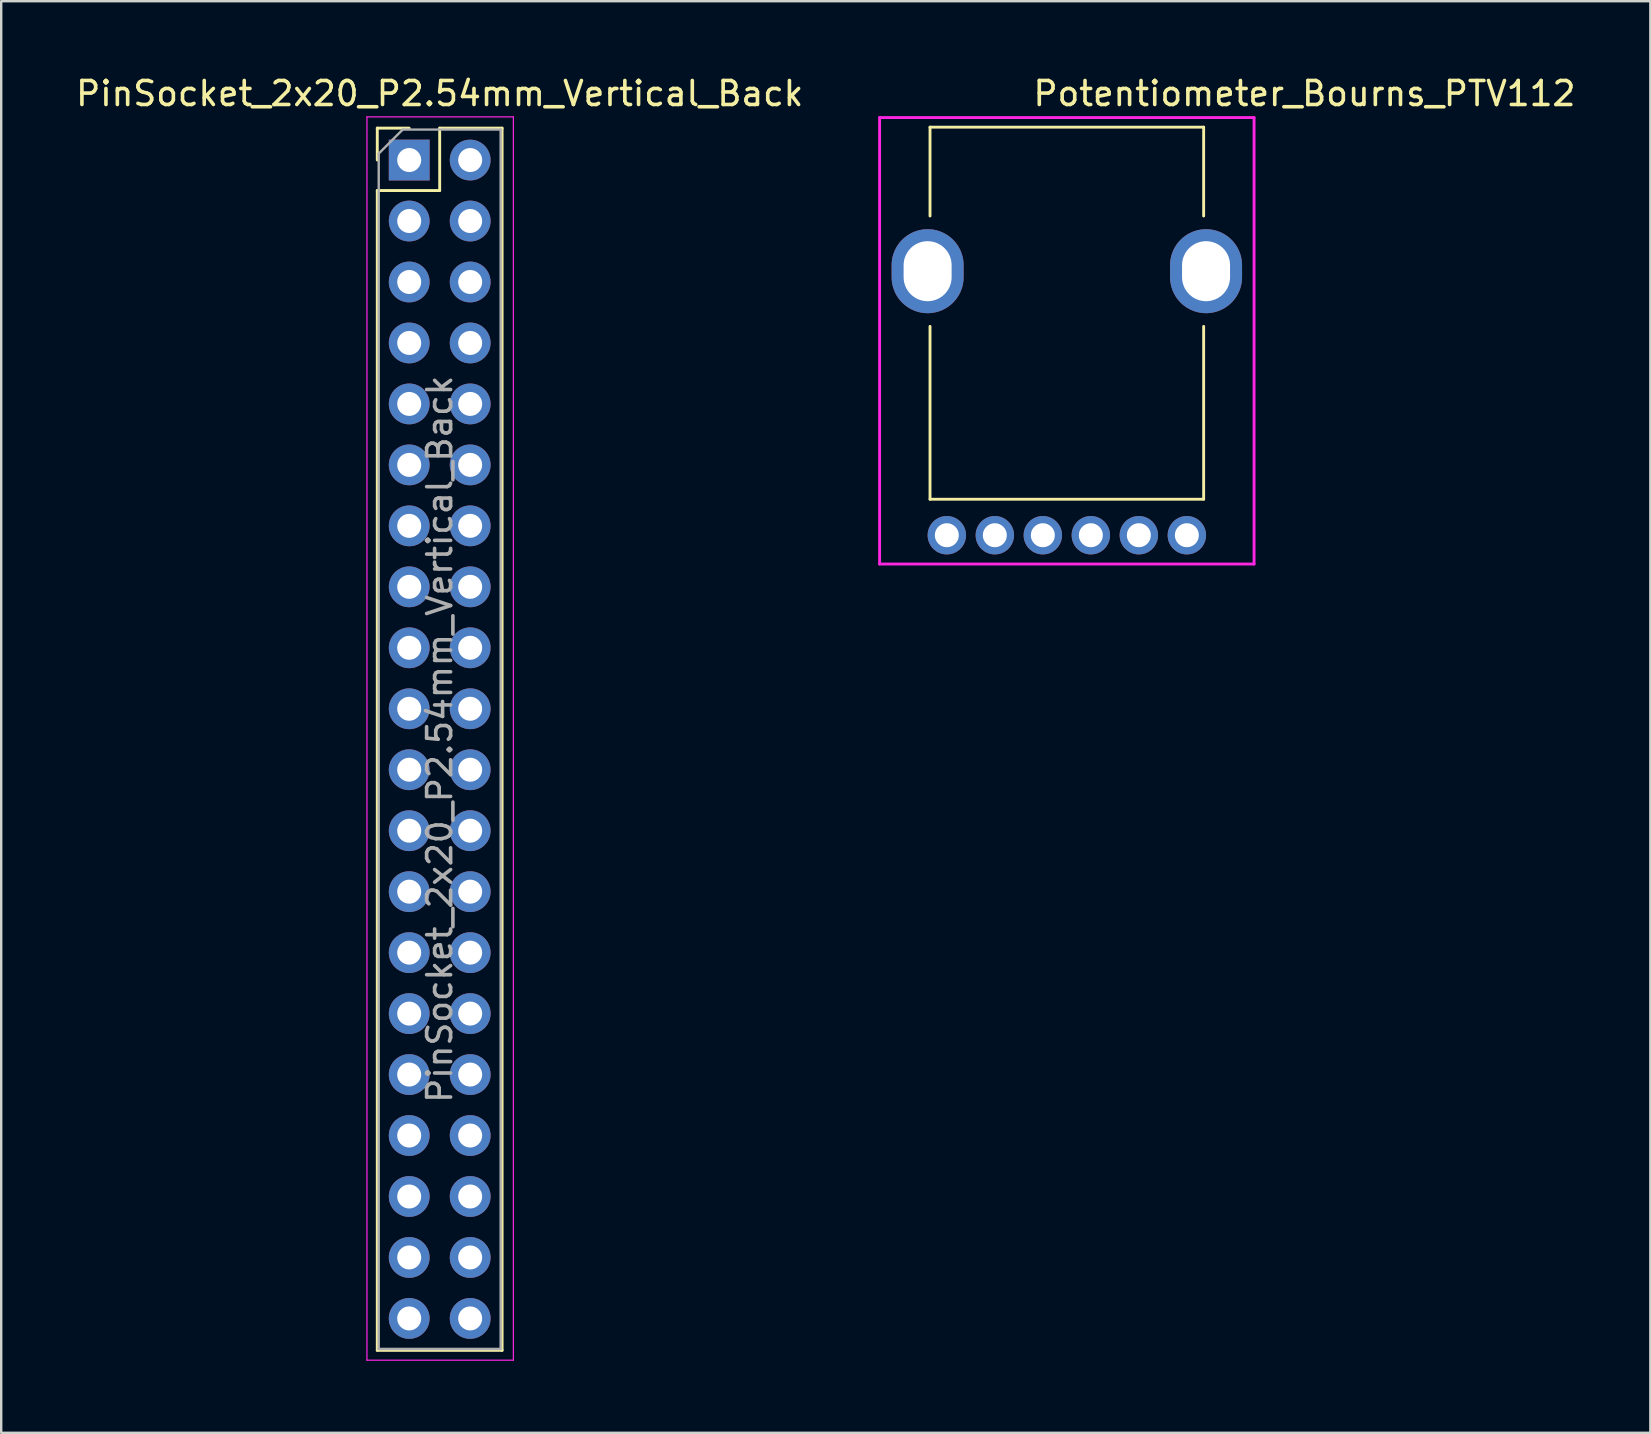
<source format=kicad_pcb>
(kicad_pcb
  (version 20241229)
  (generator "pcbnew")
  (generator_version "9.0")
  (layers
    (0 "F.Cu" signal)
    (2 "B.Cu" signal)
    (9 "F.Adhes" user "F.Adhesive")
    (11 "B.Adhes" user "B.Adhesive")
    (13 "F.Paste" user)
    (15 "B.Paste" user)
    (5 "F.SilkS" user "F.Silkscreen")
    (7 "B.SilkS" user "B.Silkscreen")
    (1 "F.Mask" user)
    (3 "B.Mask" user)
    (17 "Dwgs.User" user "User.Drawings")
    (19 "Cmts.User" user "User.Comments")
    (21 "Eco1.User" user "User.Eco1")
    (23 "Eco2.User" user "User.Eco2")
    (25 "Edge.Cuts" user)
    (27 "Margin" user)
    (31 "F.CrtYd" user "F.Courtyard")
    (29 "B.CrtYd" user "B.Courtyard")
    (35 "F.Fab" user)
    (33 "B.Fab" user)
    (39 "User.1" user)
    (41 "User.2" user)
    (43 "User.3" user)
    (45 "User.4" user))
  (footprint "PinSocket_2x20_P2.54mm_Vertical_Back"
    (layer "F.Cu")
    (at 14.998 3.618)
    (property "Reference" "PinSocket_2x20_P2.54mm_Vertical_Back" (at 0.27 -2.77 0) (layer "F.SilkS") (effects (font (size 1 1) (thickness 0.15))))
    (attr through_hole)
    (fp_line (start -2.33 -1.33) (end -2.33 0) (stroke (width 0.12) (type solid)) (layer "F.SilkS"))
    (fp_line (start -2.33 1.27) (end -2.33 49.59) (stroke (width 0.12) (type solid)) (layer "F.SilkS"))
    (fp_line (start -1 -1.33) (end -2.33 -1.33) (stroke (width 0.12) (type solid)) (layer "F.SilkS"))
    (fp_line (start 0.27 -1.33) (end 0.27 1.27) (stroke (width 0.12) (type solid)) (layer "F.SilkS"))
    (fp_line (start 0.27 1.27) (end -2.33 1.27) (stroke (width 0.12) (type solid)) (layer "F.SilkS"))
    (fp_line (start 2.87 -1.33) (end 0.27 -1.33) (stroke (width 0.12) (type solid)) (layer "F.SilkS"))
    (fp_line (start 2.87 -1.33) (end 2.87 49.59) (stroke (width 0.12) (type solid)) (layer "F.SilkS"))
    (fp_line (start 2.87 49.59) (end -2.33 49.59) (stroke (width 0.12) (type solid)) (layer "F.SilkS"))
    (fp_line (start -2.76 -1.8) (end -2.76 50) (stroke (width 0.05) (type solid)) (layer "F.CrtYd"))
    (fp_line (start -2.76 50) (end 3.34 50) (stroke (width 0.05) (type solid)) (layer "F.CrtYd"))
    (fp_line (start 3.34 -1.8) (end -2.76 -1.8) (stroke (width 0.05) (type solid)) (layer "F.CrtYd"))
    (fp_line (start 3.34 50) (end 3.34 -1.8) (stroke (width 0.05) (type solid)) (layer "F.CrtYd"))
    (fp_line (start -2.27 -0.27) (end -2.27 49.53) (stroke (width 0.1) (type solid)) (layer "F.Fab"))
    (fp_line (start -2.27 49.53) (end 2.81 49.53) (stroke (width 0.1) (type solid)) (layer "F.Fab"))
    (fp_line (start -1.27 -1.27) (end -2.27 -0.27) (stroke (width 0.1) (type solid)) (layer "F.Fab"))
    (fp_line (start 2.81 -1.27) (end -1.27 -1.27) (stroke (width 0.1) (type solid)) (layer "F.Fab"))
    (fp_line (start 2.81 49.53) (end 2.81 -1.27) (stroke (width 0.1) (type solid)) (layer "F.Fab"))
    (fp_text user "${REFERENCE}" (at 0.27 24.13 90) (layer "F.Fab") (effects (font (size 1 1) (thickness 0.15))))
    (pad "1" thru_hole rect (at -1 0) (size 1.7 1.7) (drill 1) (layers "*.Cu" "*.Mask"))
    (pad "2" thru_hole oval (at 1.54 0) (size 1.7 1.7) (drill 1) (layers "*.Cu" "*.Mask"))
    (pad "3" thru_hole oval (at -1 2.54) (size 1.7 1.7) (drill 1) (layers "*.Cu" "*.Mask"))
    (pad "4" thru_hole oval (at 1.54 2.54) (size 1.7 1.7) (drill 1) (layers "*.Cu" "*.Mask"))
    (pad "5" thru_hole oval (at -1 5.08) (size 1.7 1.7) (drill 1) (layers "*.Cu" "*.Mask"))
    (pad "6" thru_hole oval (at 1.54 5.08) (size 1.7 1.7) (drill 1) (layers "*.Cu" "*.Mask"))
    (pad "7" thru_hole oval (at -1 7.62) (size 1.7 1.7) (drill 1) (layers "*.Cu" "*.Mask"))
    (pad "8" thru_hole oval (at 1.54 7.62) (size 1.7 1.7) (drill 1) (layers "*.Cu" "*.Mask"))
    (pad "9" thru_hole oval (at -1 10.16) (size 1.7 1.7) (drill 1) (layers "*.Cu" "*.Mask"))
    (pad "10" thru_hole oval (at 1.54 10.16) (size 1.7 1.7) (drill 1) (layers "*.Cu" "*.Mask"))
    (pad "11" thru_hole oval (at -1 12.7) (size 1.7 1.7) (drill 1) (layers "*.Cu" "*.Mask"))
    (pad "12" thru_hole oval (at 1.54 12.7) (size 1.7 1.7) (drill 1) (layers "*.Cu" "*.Mask"))
    (pad "13" thru_hole oval (at -1 15.24) (size 1.7 1.7) (drill 1) (layers "*.Cu" "*.Mask"))
    (pad "14" thru_hole oval (at 1.54 15.24) (size 1.7 1.7) (drill 1) (layers "*.Cu" "*.Mask"))
    (pad "15" thru_hole oval (at -1 17.78) (size 1.7 1.7) (drill 1) (layers "*.Cu" "*.Mask"))
    (pad "16" thru_hole oval (at 1.54 17.78) (size 1.7 1.7) (drill 1) (layers "*.Cu" "*.Mask"))
    (pad "17" thru_hole oval (at -1 20.32) (size 1.7 1.7) (drill 1) (layers "*.Cu" "*.Mask"))
    (pad "18" thru_hole oval (at 1.54 20.32) (size 1.7 1.7) (drill 1) (layers "*.Cu" "*.Mask"))
    (pad "19" thru_hole oval (at -1 22.86) (size 1.7 1.7) (drill 1) (layers "*.Cu" "*.Mask"))
    (pad "20" thru_hole oval (at 1.54 22.86) (size 1.7 1.7) (drill 1) (layers "*.Cu" "*.Mask"))
    (pad "21" thru_hole oval (at -1 25.4) (size 1.7 1.7) (drill 1) (layers "*.Cu" "*.Mask"))
    (pad "22" thru_hole oval (at 1.54 25.4) (size 1.7 1.7) (drill 1) (layers "*.Cu" "*.Mask"))
    (pad "23" thru_hole oval (at -1 27.94) (size 1.7 1.7) (drill 1) (layers "*.Cu" "*.Mask"))
    (pad "24" thru_hole oval (at 1.54 27.94) (size 1.7 1.7) (drill 1) (layers "*.Cu" "*.Mask"))
    (pad "25" thru_hole oval (at -1 30.48) (size 1.7 1.7) (drill 1) (layers "*.Cu" "*.Mask"))
    (pad "26" thru_hole oval (at 1.54 30.48) (size 1.7 1.7) (drill 1) (layers "*.Cu" "*.Mask"))
    (pad "27" thru_hole oval (at -1 33.02) (size 1.7 1.7) (drill 1) (layers "*.Cu" "*.Mask"))
    (pad "28" thru_hole oval (at 1.54 33.02) (size 1.7 1.7) (drill 1) (layers "*.Cu" "*.Mask"))
    (pad "29" thru_hole oval (at -1 35.56) (size 1.7 1.7) (drill 1) (layers "*.Cu" "*.Mask"))
    (pad "30" thru_hole oval (at 1.54 35.56) (size 1.7 1.7) (drill 1) (layers "*.Cu" "*.Mask"))
    (pad "31" thru_hole oval (at -1 38.1) (size 1.7 1.7) (drill 1) (layers "*.Cu" "*.Mask"))
    (pad "32" thru_hole oval (at 1.54 38.1) (size 1.7 1.7) (drill 1) (layers "*.Cu" "*.Mask"))
    (pad "33" thru_hole oval (at -1 40.64) (size 1.7 1.7) (drill 1) (layers "*.Cu" "*.Mask"))
    (pad "34" thru_hole oval (at 1.54 40.64) (size 1.7 1.7) (drill 1) (layers "*.Cu" "*.Mask"))
    (pad "35" thru_hole oval (at -1 43.18) (size 1.7 1.7) (drill 1) (layers "*.Cu" "*.Mask"))
    (pad "36" thru_hole oval (at 1.54 43.18) (size 1.7 1.7) (drill 1) (layers "*.Cu" "*.Mask"))
    (pad "37" thru_hole oval (at -1 45.72) (size 1.7 1.7) (drill 1) (layers "*.Cu" "*.Mask"))
    (pad "38" thru_hole oval (at 1.54 45.72) (size 1.7 1.7) (drill 1) (layers "*.Cu" "*.Mask"))
    (pad "39" thru_hole oval (at -1 48.26) (size 1.7 1.7) (drill 1) (layers "*.Cu" "*.Mask"))
    (pad "40" thru_hole oval (at 1.54 48.26) (size 1.7 1.7) (drill 1) (layers "*.Cu" "*.Mask")))
  (footprint "Potentiometer_Bourns_PTV112"
    (layer "F.Cu")
    (at 36.396 19.248)
    (property "Reference" "Potentiometer_Bourns_PTV112" (at 14.9 -18.4 0) (layer "F.SilkS") (effects (font (size 1 1) (thickness 0.15))))
    (attr through_hole)
    (fp_line (start -0.7 -13.3) (end -0.7 -17) (stroke (width 0.12) (type solid)) (layer "F.SilkS"))
    (fp_line (start -0.7 -1.5) (end -0.7 -8.7) (stroke (width 0.12) (type solid)) (layer "F.SilkS"))
    (fp_line (start -0.7 -1.5) (end 10.7 -1.5) (stroke (width 0.12) (type solid)) (layer "F.SilkS"))
    (fp_line (start 10.7 -17) (end -0.7 -17) (stroke (width 0.12) (type solid)) (layer "F.SilkS"))
    (fp_line (start 10.7 -13.3) (end 10.7 -17) (stroke (width 0.12) (type solid)) (layer "F.SilkS"))
    (fp_line (start 10.7 -1.5) (end 10.7 -8.7) (stroke (width 0.12) (type solid)) (layer "F.SilkS"))
    (fp_line (start -2.8 -17.4) (end 12.8 -17.4) (stroke (width 0.12) (type solid)) (layer "F.CrtYd"))
    (fp_line (start -2.8 1.2) (end -2.8 -17.4) (stroke (width 0.12) (type solid)) (layer "F.CrtYd"))
    (fp_line (start -2.8 1.2) (end 12.8 1.2) (stroke (width 0.12) (type solid)) (layer "F.CrtYd"))
    (fp_line (start 12.8 -17.4) (end 12.8 1.2) (stroke (width 0.12) (type solid)) (layer "F.CrtYd"))
    (pad "" np_thru_hole oval (at -0.8 -11) (size 3 3.5) (drill oval 2 2.5) (layers "*.Cu" "*.Mask"))
    (pad "" np_thru_hole oval (at 10.8 -11) (size 3 3.5) (drill oval 2 2.5) (layers "*.Cu" "*.Mask"))
    (pad "1" thru_hole circle (at 2 0) (size 1.6 1.6) (drill 1) (layers "*.Cu" "*.Mask"))
    (pad "2" thru_hole circle (at 0 0) (size 1.6 1.6) (drill 1) (layers "*.Cu" "*.Mask"))
    (pad "3" thru_hole circle (at 10 0) (size 1.6 1.6) (drill 1) (layers "*.Cu" "*.Mask"))
    (pad "4" thru_hole circle (at 4 0) (size 1.6 1.6) (drill 1) (layers "*.Cu" "*.Mask"))
    (pad "5" thru_hole circle (at 6 0) (size 1.6 1.6) (drill 1) (layers "*.Cu" "*.Mask"))
    (pad "6" thru_hole circle (at 8 0) (size 1.6 1.6) (drill 1) (layers "*.Cu" "*.Mask")))
  (gr_rect
    (start -3 -3)
    (end 65.706 56.643)
    (stroke (width 0.1) (type default))
    (fill no)
    (layer "Edge.Cuts")))
</source>
